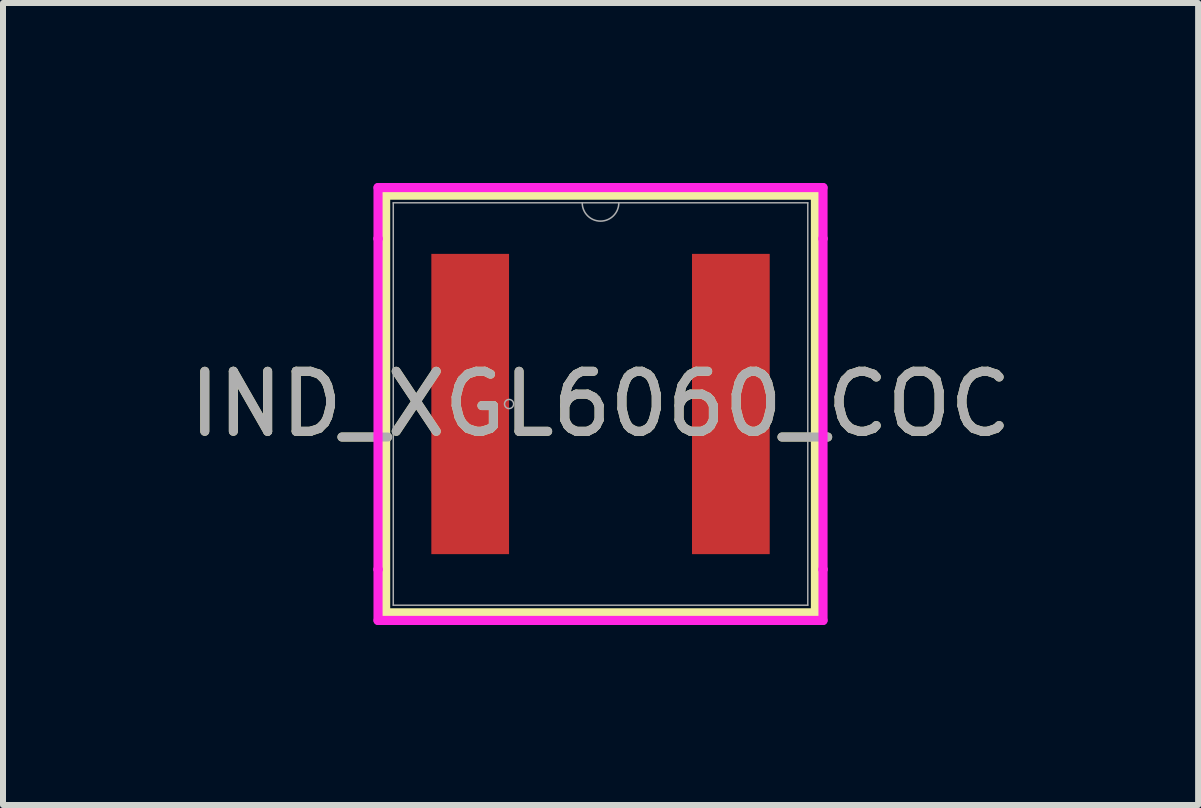
<source format=kicad_pcb>
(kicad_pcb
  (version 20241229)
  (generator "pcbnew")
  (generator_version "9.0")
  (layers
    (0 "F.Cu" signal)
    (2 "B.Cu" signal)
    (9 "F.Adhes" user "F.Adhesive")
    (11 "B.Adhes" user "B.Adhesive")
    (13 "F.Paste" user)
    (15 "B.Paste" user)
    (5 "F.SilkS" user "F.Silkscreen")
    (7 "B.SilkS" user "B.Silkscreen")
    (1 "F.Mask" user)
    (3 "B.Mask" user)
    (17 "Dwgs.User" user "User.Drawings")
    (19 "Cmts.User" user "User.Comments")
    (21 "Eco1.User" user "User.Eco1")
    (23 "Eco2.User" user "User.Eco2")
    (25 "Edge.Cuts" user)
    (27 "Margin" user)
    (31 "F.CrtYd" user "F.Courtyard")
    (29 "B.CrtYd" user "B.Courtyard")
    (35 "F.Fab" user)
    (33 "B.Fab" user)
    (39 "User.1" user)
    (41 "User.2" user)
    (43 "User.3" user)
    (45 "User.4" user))
  (footprint "IND_XGL6060_COC"
    (layer "F.Cu")
    (at 6.958 3.683)
    (property "Reference" "IND_XGL6060_COC" (at 0 0 0) (unlocked yes) (layer "F.SilkS") (effects (font (size 1 1) (thickness 0.15))))
    (attr smd)
    (fp_line (start -3.581 -3.48) (end -3.581 3.48) (stroke (width 0.152) (type solid)) (layer "F.SilkS"))
    (fp_line (start -3.581 3.48) (end 3.581 3.48) (stroke (width 0.152) (type solid)) (layer "F.SilkS"))
    (fp_line (start 3.581 -3.48) (end -3.581 -3.48) (stroke (width 0.152) (type solid)) (layer "F.SilkS"))
    (fp_line (start 3.581 3.48) (end 3.581 -3.48) (stroke (width 0.152) (type solid)) (layer "F.SilkS"))
    (fp_line (start -3.708 -3.607) (end 3.708 -3.607) (stroke (width 0.152) (type solid)) (layer "F.CrtYd"))
    (fp_line (start -3.708 -2.756) (end -3.708 -3.607) (stroke (width 0.152) (type solid)) (layer "F.CrtYd"))
    (fp_line (start -3.708 -2.756) (end -3.708 -2.756) (stroke (width 0.152) (type solid)) (layer "F.CrtYd"))
    (fp_line (start -3.708 2.756) (end -3.708 -2.756) (stroke (width 0.152) (type solid)) (layer "F.CrtYd"))
    (fp_line (start -3.708 2.756) (end -3.708 2.756) (stroke (width 0.152) (type solid)) (layer "F.CrtYd"))
    (fp_line (start -3.708 3.607) (end -3.708 2.756) (stroke (width 0.152) (type solid)) (layer "F.CrtYd"))
    (fp_line (start 3.708 -3.607) (end 3.708 -2.756) (stroke (width 0.152) (type solid)) (layer "F.CrtYd"))
    (fp_line (start 3.708 -2.756) (end 3.708 -2.756) (stroke (width 0.152) (type solid)) (layer "F.CrtYd"))
    (fp_line (start 3.708 -2.756) (end 3.708 2.756) (stroke (width 0.152) (type solid)) (layer "F.CrtYd"))
    (fp_line (start 3.708 2.756) (end 3.708 2.756) (stroke (width 0.152) (type solid)) (layer "F.CrtYd"))
    (fp_line (start 3.708 2.756) (end 3.708 3.607) (stroke (width 0.152) (type solid)) (layer "F.CrtYd"))
    (fp_line (start 3.708 3.607) (end -3.708 3.607) (stroke (width 0.152) (type solid)) (layer "F.CrtYd"))
    (fp_line (start -3.454 -3.353) (end -3.454 3.353) (stroke (width 0.025) (type solid)) (layer "F.Fab"))
    (fp_line (start -3.454 3.353) (end 3.454 3.353) (stroke (width 0.025) (type solid)) (layer "F.Fab"))
    (fp_line (start 3.454 -3.353) (end -3.454 -3.353) (stroke (width 0.025) (type solid)) (layer "F.Fab"))
    (fp_line (start 3.454 3.353) (end 3.454 -3.353) (stroke (width 0.025) (type solid)) (layer "F.Fab"))
    (fp_arc (start 0.3048 -3.3528) (mid 0 -3.048) (end -0.3048 -3.3528) (stroke (width 0.0254) (type solid)) (layer "F.Fab"))
    (fp_circle (center -1.524 0) (end -1.448 0) (stroke (width 0.025) (type solid)) (fill no) (layer "F.Fab"))
    (fp_text user "${REFERENCE}" (at 0 0 0) (unlocked yes) (layer "F.Fab") (effects (font (size 1 1) (thickness 0.15))))
    (pad "1" smd rect (at -2.172 0) (size 1.295 5.004) (layers "F.Cu" "F.Mask" "F.Paste"))
    (pad "2" smd rect (at 2.172 0) (size 1.295 5.004) (layers "F.Cu" "F.Mask" "F.Paste")))
  (gr_rect
    (start -3 -3)
    (end 16.917 10.366)
    (stroke (width 0.1) (type default))
    (fill no)
    (layer "Edge.Cuts")))
</source>
